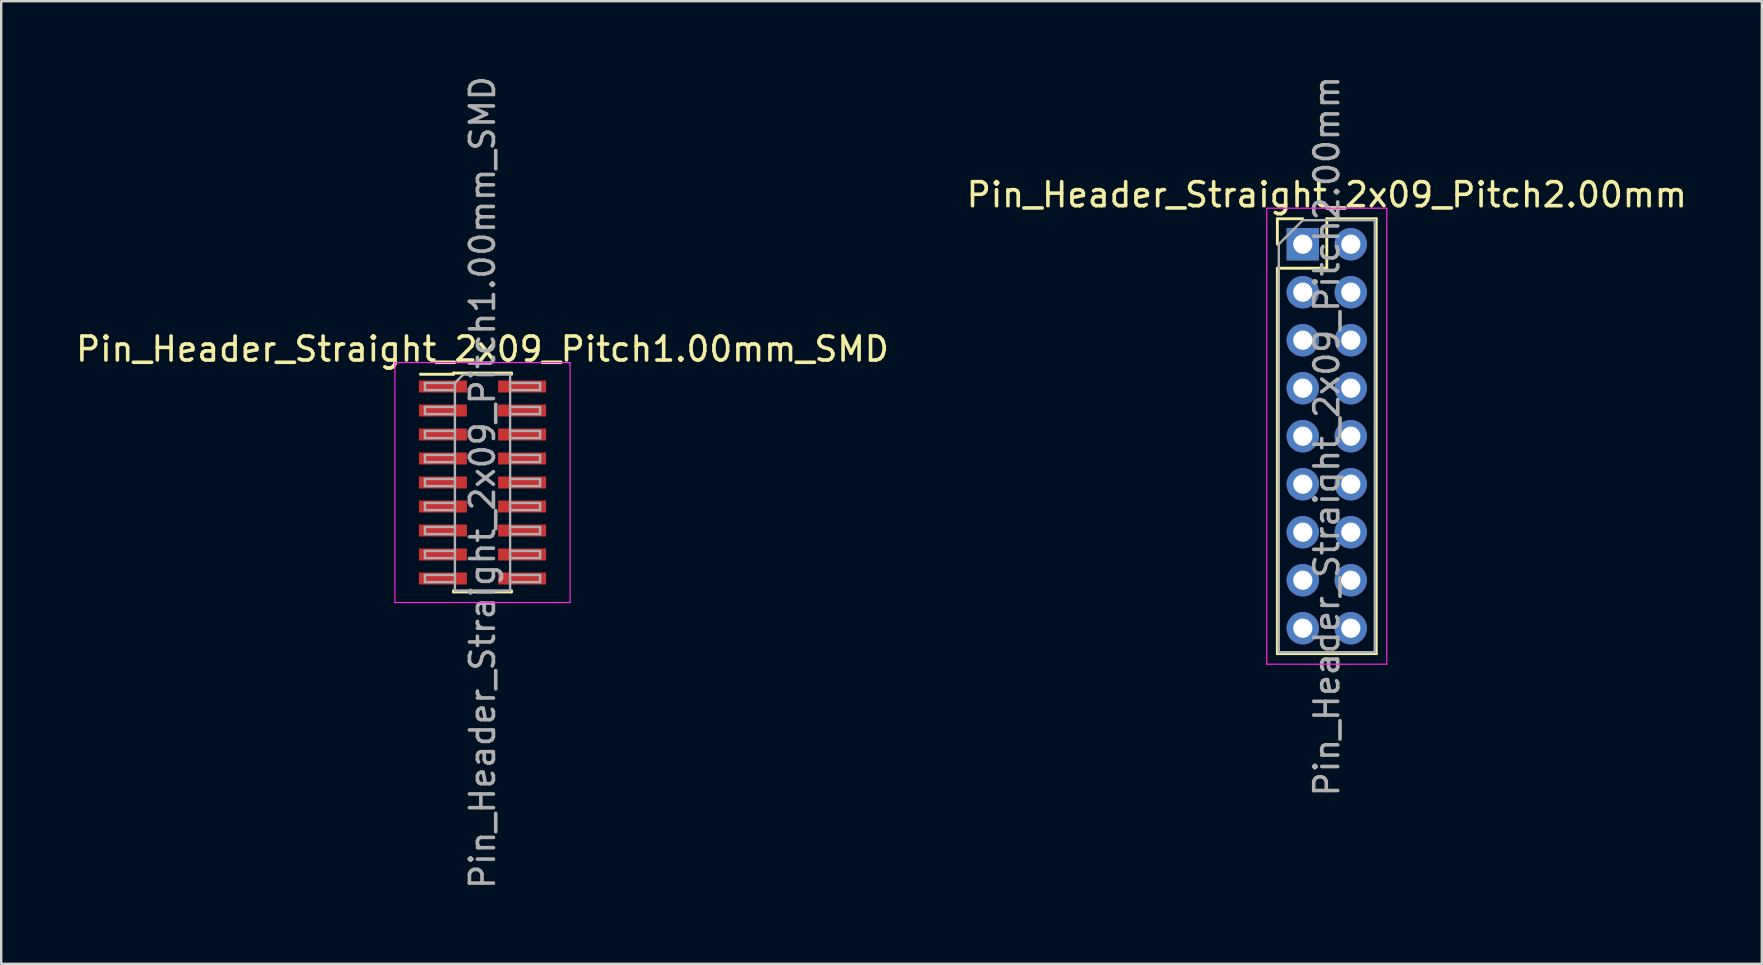
<source format=kicad_pcb>
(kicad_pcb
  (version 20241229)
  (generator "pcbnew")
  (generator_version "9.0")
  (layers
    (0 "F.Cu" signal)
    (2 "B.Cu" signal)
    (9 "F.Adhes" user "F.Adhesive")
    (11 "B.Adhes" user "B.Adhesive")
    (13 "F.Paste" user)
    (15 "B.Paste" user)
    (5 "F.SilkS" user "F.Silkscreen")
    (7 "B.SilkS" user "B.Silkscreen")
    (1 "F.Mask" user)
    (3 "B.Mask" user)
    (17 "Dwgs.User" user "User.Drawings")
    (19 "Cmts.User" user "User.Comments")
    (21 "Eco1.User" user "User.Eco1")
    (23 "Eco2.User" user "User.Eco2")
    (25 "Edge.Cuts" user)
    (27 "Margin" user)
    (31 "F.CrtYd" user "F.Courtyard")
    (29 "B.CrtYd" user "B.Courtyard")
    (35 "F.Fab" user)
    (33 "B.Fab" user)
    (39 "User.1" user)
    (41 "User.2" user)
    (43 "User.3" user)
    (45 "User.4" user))
  (footprint "Pin_Header_Straight_2x09_Pitch2.00mm"
    (layer "F.Cu")
    (at 51.232 7.125)
    (property "Reference" "Pin_Header_Straight_2x09_Pitch2.00mm" (at 1 -2.06 0) (layer "F.SilkS") (effects (font (size 1 1) (thickness 0.15))))
    (attr through_hole)
    (fp_line (start -1.06 -1.06) (end 0 -1.06) (stroke (width 0.12) (type solid)) (layer "F.SilkS"))
    (fp_line (start -1.06 0) (end -1.06 -1.06) (stroke (width 0.12) (type solid)) (layer "F.SilkS"))
    (fp_line (start -1.06 1) (end -1.06 17.06) (stroke (width 0.12) (type solid)) (layer "F.SilkS"))
    (fp_line (start -1.06 1) (end 1 1) (stroke (width 0.12) (type solid)) (layer "F.SilkS"))
    (fp_line (start -1.06 17.06) (end 3.06 17.06) (stroke (width 0.12) (type solid)) (layer "F.SilkS"))
    (fp_line (start 1 -1.06) (end 3.06 -1.06) (stroke (width 0.12) (type solid)) (layer "F.SilkS"))
    (fp_line (start 1 1) (end 1 -1.06) (stroke (width 0.12) (type solid)) (layer "F.SilkS"))
    (fp_line (start 3.06 -1.06) (end 3.06 17.06) (stroke (width 0.12) (type solid)) (layer "F.SilkS"))
    (fp_line (start -1.5 -1.5) (end -1.5 17.5) (stroke (width 0.05) (type solid)) (layer "F.CrtYd"))
    (fp_line (start -1.5 17.5) (end 3.5 17.5) (stroke (width 0.05) (type solid)) (layer "F.CrtYd"))
    (fp_line (start 3.5 -1.5) (end -1.5 -1.5) (stroke (width 0.05) (type solid)) (layer "F.CrtYd"))
    (fp_line (start 3.5 17.5) (end 3.5 -1.5) (stroke (width 0.05) (type solid)) (layer "F.CrtYd"))
    (fp_line (start -1 0) (end 0 -1) (stroke (width 0.1) (type solid)) (layer "F.Fab"))
    (fp_line (start -1 17) (end -1 0) (stroke (width 0.1) (type solid)) (layer "F.Fab"))
    (fp_line (start 0 -1) (end 3 -1) (stroke (width 0.1) (type solid)) (layer "F.Fab"))
    (fp_line (start 3 -1) (end 3 17) (stroke (width 0.1) (type solid)) (layer "F.Fab"))
    (fp_line (start 3 17) (end -1 17) (stroke (width 0.1) (type solid)) (layer "F.Fab"))
    (fp_text user "${REFERENCE}" (at 1 8 90) (layer "F.Fab") (effects (font (size 1 1) (thickness 0.15))))
    (pad "1" thru_hole rect (at 0 0) (size 1.35 1.35) (drill 0.8) (layers "*.Cu" "*.Mask"))
    (pad "2" thru_hole oval (at 2 0) (size 1.35 1.35) (drill 0.8) (layers "*.Cu" "*.Mask"))
    (pad "3" thru_hole oval (at 0 2) (size 1.35 1.35) (drill 0.8) (layers "*.Cu" "*.Mask"))
    (pad "4" thru_hole oval (at 2 2) (size 1.35 1.35) (drill 0.8) (layers "*.Cu" "*.Mask"))
    (pad "5" thru_hole oval (at 0 4) (size 1.35 1.35) (drill 0.8) (layers "*.Cu" "*.Mask"))
    (pad "6" thru_hole oval (at 2 4) (size 1.35 1.35) (drill 0.8) (layers "*.Cu" "*.Mask"))
    (pad "7" thru_hole oval (at 0 6) (size 1.35 1.35) (drill 0.8) (layers "*.Cu" "*.Mask"))
    (pad "8" thru_hole oval (at 2 6) (size 1.35 1.35) (drill 0.8) (layers "*.Cu" "*.Mask"))
    (pad "9" thru_hole oval (at 0 8) (size 1.35 1.35) (drill 0.8) (layers "*.Cu" "*.Mask"))
    (pad "10" thru_hole oval (at 2 8) (size 1.35 1.35) (drill 0.8) (layers "*.Cu" "*.Mask"))
    (pad "11" thru_hole oval (at 0 10) (size 1.35 1.35) (drill 0.8) (layers "*.Cu" "*.Mask"))
    (pad "12" thru_hole oval (at 2 10) (size 1.35 1.35) (drill 0.8) (layers "*.Cu" "*.Mask"))
    (pad "13" thru_hole oval (at 0 12) (size 1.35 1.35) (drill 0.8) (layers "*.Cu" "*.Mask"))
    (pad "14" thru_hole oval (at 2 12) (size 1.35 1.35) (drill 0.8) (layers "*.Cu" "*.Mask"))
    (pad "15" thru_hole oval (at 0 14) (size 1.35 1.35) (drill 0.8) (layers "*.Cu" "*.Mask"))
    (pad "16" thru_hole oval (at 2 14) (size 1.35 1.35) (drill 0.8) (layers "*.Cu" "*.Mask"))
    (pad "17" thru_hole oval (at 0 16) (size 1.35 1.35) (drill 0.8) (layers "*.Cu" "*.Mask"))
    (pad "18" thru_hole oval (at 2 16) (size 1.35 1.35) (drill 0.8) (layers "*.Cu" "*.Mask")))
  (footprint "Pin_Header_Straight_2x09_Pitch1.00mm_SMD"
    (layer "F.Cu")
    (at 17.054 17.054)
    (property "Reference" "Pin_Header_Straight_2x09_Pitch1.00mm_SMD" (at 0 -5.56 0) (layer "F.SilkS") (effects (font (size 1 1) (thickness 0.15))))
    (attr smd)
    (fp_line (start -2.59 -4.51) (end -1.21 -4.51) (stroke (width 0.12) (type solid)) (layer "F.SilkS"))
    (fp_line (start -1.21 -4.56) (end -1.21 -4.51) (stroke (width 0.12) (type solid)) (layer "F.SilkS"))
    (fp_line (start -1.21 -4.56) (end 1.21 -4.56) (stroke (width 0.12) (type solid)) (layer "F.SilkS"))
    (fp_line (start -1.21 4.51) (end -1.21 4.56) (stroke (width 0.12) (type solid)) (layer "F.SilkS"))
    (fp_line (start -1.21 4.56) (end 1.21 4.56) (stroke (width 0.12) (type solid)) (layer "F.SilkS"))
    (fp_line (start 1.21 -4.56) (end 1.21 -4.51) (stroke (width 0.12) (type solid)) (layer "F.SilkS"))
    (fp_line (start 1.21 4.51) (end 1.21 4.56) (stroke (width 0.12) (type solid)) (layer "F.SilkS"))
    (fp_line (start -3.65 -5) (end -3.65 5) (stroke (width 0.05) (type solid)) (layer "F.CrtYd"))
    (fp_line (start -3.65 5) (end 3.65 5) (stroke (width 0.05) (type solid)) (layer "F.CrtYd"))
    (fp_line (start 3.65 -5) (end -3.65 -5) (stroke (width 0.05) (type solid)) (layer "F.CrtYd"))
    (fp_line (start 3.65 5) (end 3.65 -5) (stroke (width 0.05) (type solid)) (layer "F.CrtYd"))
    (fp_line (start -2.4 -4.15) (end -2.4 -3.85) (stroke (width 0.1) (type solid)) (layer "F.Fab"))
    (fp_line (start -2.4 -3.85) (end -1.15 -3.85) (stroke (width 0.1) (type solid)) (layer "F.Fab"))
    (fp_line (start -2.4 -3.15) (end -2.4 -2.85) (stroke (width 0.1) (type solid)) (layer "F.Fab"))
    (fp_line (start -2.4 -2.85) (end -1.15 -2.85) (stroke (width 0.1) (type solid)) (layer "F.Fab"))
    (fp_line (start -2.4 -2.15) (end -2.4 -1.85) (stroke (width 0.1) (type solid)) (layer "F.Fab"))
    (fp_line (start -2.4 -1.85) (end -1.15 -1.85) (stroke (width 0.1) (type solid)) (layer "F.Fab"))
    (fp_line (start -2.4 -1.15) (end -2.4 -0.85) (stroke (width 0.1) (type solid)) (layer "F.Fab"))
    (fp_line (start -2.4 -0.85) (end -1.15 -0.85) (stroke (width 0.1) (type solid)) (layer "F.Fab"))
    (fp_line (start -2.4 -0.15) (end -2.4 0.15) (stroke (width 0.1) (type solid)) (layer "F.Fab"))
    (fp_line (start -2.4 0.15) (end -1.15 0.15) (stroke (width 0.1) (type solid)) (layer "F.Fab"))
    (fp_line (start -2.4 0.85) (end -2.4 1.15) (stroke (width 0.1) (type solid)) (layer "F.Fab"))
    (fp_line (start -2.4 1.15) (end -1.15 1.15) (stroke (width 0.1) (type solid)) (layer "F.Fab"))
    (fp_line (start -2.4 1.85) (end -2.4 2.15) (stroke (width 0.1) (type solid)) (layer "F.Fab"))
    (fp_line (start -2.4 2.15) (end -1.15 2.15) (stroke (width 0.1) (type solid)) (layer "F.Fab"))
    (fp_line (start -2.4 2.85) (end -2.4 3.15) (stroke (width 0.1) (type solid)) (layer "F.Fab"))
    (fp_line (start -2.4 3.15) (end -1.15 3.15) (stroke (width 0.1) (type solid)) (layer "F.Fab"))
    (fp_line (start -2.4 3.85) (end -2.4 4.15) (stroke (width 0.1) (type solid)) (layer "F.Fab"))
    (fp_line (start -2.4 4.15) (end -1.15 4.15) (stroke (width 0.1) (type solid)) (layer "F.Fab"))
    (fp_line (start -1.15 -4.15) (end -2.4 -4.15) (stroke (width 0.1) (type solid)) (layer "F.Fab"))
    (fp_line (start -1.15 -4.15) (end -0.8 -4.5) (stroke (width 0.1) (type solid)) (layer "F.Fab"))
    (fp_line (start -1.15 -3.15) (end -2.4 -3.15) (stroke (width 0.1) (type solid)) (layer "F.Fab"))
    (fp_line (start -1.15 -2.15) (end -2.4 -2.15) (stroke (width 0.1) (type solid)) (layer "F.Fab"))
    (fp_line (start -1.15 -1.15) (end -2.4 -1.15) (stroke (width 0.1) (type solid)) (layer "F.Fab"))
    (fp_line (start -1.15 -0.15) (end -2.4 -0.15) (stroke (width 0.1) (type solid)) (layer "F.Fab"))
    (fp_line (start -1.15 0.85) (end -2.4 0.85) (stroke (width 0.1) (type solid)) (layer "F.Fab"))
    (fp_line (start -1.15 1.85) (end -2.4 1.85) (stroke (width 0.1) (type solid)) (layer "F.Fab"))
    (fp_line (start -1.15 2.85) (end -2.4 2.85) (stroke (width 0.1) (type solid)) (layer "F.Fab"))
    (fp_line (start -1.15 3.85) (end -2.4 3.85) (stroke (width 0.1) (type solid)) (layer "F.Fab"))
    (fp_line (start -1.15 4.5) (end -1.15 -4.15) (stroke (width 0.1) (type solid)) (layer "F.Fab"))
    (fp_line (start -0.8 -4.5) (end 1.15 -4.5) (stroke (width 0.1) (type solid)) (layer "F.Fab"))
    (fp_line (start 1.15 -4.5) (end 1.15 4.5) (stroke (width 0.1) (type solid)) (layer "F.Fab"))
    (fp_line (start 1.15 -4.15) (end 2.4 -4.15) (stroke (width 0.1) (type solid)) (layer "F.Fab"))
    (fp_line (start 1.15 -3.15) (end 2.4 -3.15) (stroke (width 0.1) (type solid)) (layer "F.Fab"))
    (fp_line (start 1.15 -2.15) (end 2.4 -2.15) (stroke (width 0.1) (type solid)) (layer "F.Fab"))
    (fp_line (start 1.15 -1.15) (end 2.4 -1.15) (stroke (width 0.1) (type solid)) (layer "F.Fab"))
    (fp_line (start 1.15 -0.15) (end 2.4 -0.15) (stroke (width 0.1) (type solid)) (layer "F.Fab"))
    (fp_line (start 1.15 0.85) (end 2.4 0.85) (stroke (width 0.1) (type solid)) (layer "F.Fab"))
    (fp_line (start 1.15 1.85) (end 2.4 1.85) (stroke (width 0.1) (type solid)) (layer "F.Fab"))
    (fp_line (start 1.15 2.85) (end 2.4 2.85) (stroke (width 0.1) (type solid)) (layer "F.Fab"))
    (fp_line (start 1.15 3.85) (end 2.4 3.85) (stroke (width 0.1) (type solid)) (layer "F.Fab"))
    (fp_line (start 1.15 4.5) (end -1.15 4.5) (stroke (width 0.1) (type solid)) (layer "F.Fab"))
    (fp_line (start 2.4 -4.15) (end 2.4 -3.85) (stroke (width 0.1) (type solid)) (layer "F.Fab"))
    (fp_line (start 2.4 -3.85) (end 1.15 -3.85) (stroke (width 0.1) (type solid)) (layer "F.Fab"))
    (fp_line (start 2.4 -3.15) (end 2.4 -2.85) (stroke (width 0.1) (type solid)) (layer "F.Fab"))
    (fp_line (start 2.4 -2.85) (end 1.15 -2.85) (stroke (width 0.1) (type solid)) (layer "F.Fab"))
    (fp_line (start 2.4 -2.15) (end 2.4 -1.85) (stroke (width 0.1) (type solid)) (layer "F.Fab"))
    (fp_line (start 2.4 -1.85) (end 1.15 -1.85) (stroke (width 0.1) (type solid)) (layer "F.Fab"))
    (fp_line (start 2.4 -1.15) (end 2.4 -0.85) (stroke (width 0.1) (type solid)) (layer "F.Fab"))
    (fp_line (start 2.4 -0.85) (end 1.15 -0.85) (stroke (width 0.1) (type solid)) (layer "F.Fab"))
    (fp_line (start 2.4 -0.15) (end 2.4 0.15) (stroke (width 0.1) (type solid)) (layer "F.Fab"))
    (fp_line (start 2.4 0.15) (end 1.15 0.15) (stroke (width 0.1) (type solid)) (layer "F.Fab"))
    (fp_line (start 2.4 0.85) (end 2.4 1.15) (stroke (width 0.1) (type solid)) (layer "F.Fab"))
    (fp_line (start 2.4 1.15) (end 1.15 1.15) (stroke (width 0.1) (type solid)) (layer "F.Fab"))
    (fp_line (start 2.4 1.85) (end 2.4 2.15) (stroke (width 0.1) (type solid)) (layer "F.Fab"))
    (fp_line (start 2.4 2.15) (end 1.15 2.15) (stroke (width 0.1) (type solid)) (layer "F.Fab"))
    (fp_line (start 2.4 2.85) (end 2.4 3.15) (stroke (width 0.1) (type solid)) (layer "F.Fab"))
    (fp_line (start 2.4 3.15) (end 1.15 3.15) (stroke (width 0.1) (type solid)) (layer "F.Fab"))
    (fp_line (start 2.4 3.85) (end 2.4 4.15) (stroke (width 0.1) (type solid)) (layer "F.Fab"))
    (fp_line (start 2.4 4.15) (end 1.15 4.15) (stroke (width 0.1) (type solid)) (layer "F.Fab"))
    (fp_text user "${REFERENCE}" (at 0 0 90) (layer "F.Fab") (effects (font (size 1 1) (thickness 0.15))))
    (pad "1" smd rect (at -1.65 -4) (size 2 0.5) (layers "F.Cu" "F.Mask" "F.Paste"))
    (pad "2" smd rect (at 1.65 -4) (size 2 0.5) (layers "F.Cu" "F.Mask" "F.Paste"))
    (pad "3" smd rect (at -1.65 -3) (size 2 0.5) (layers "F.Cu" "F.Mask" "F.Paste"))
    (pad "4" smd rect (at 1.65 -3) (size 2 0.5) (layers "F.Cu" "F.Mask" "F.Paste"))
    (pad "5" smd rect (at -1.65 -2) (size 2 0.5) (layers "F.Cu" "F.Mask" "F.Paste"))
    (pad "6" smd rect (at 1.65 -2) (size 2 0.5) (layers "F.Cu" "F.Mask" "F.Paste"))
    (pad "7" smd rect (at -1.65 -1) (size 2 0.5) (layers "F.Cu" "F.Mask" "F.Paste"))
    (pad "8" smd rect (at 1.65 -1) (size 2 0.5) (layers "F.Cu" "F.Mask" "F.Paste"))
    (pad "9" smd rect (at -1.65 0) (size 2 0.5) (layers "F.Cu" "F.Mask" "F.Paste"))
    (pad "10" smd rect (at 1.65 0) (size 2 0.5) (layers "F.Cu" "F.Mask" "F.Paste"))
    (pad "11" smd rect (at -1.65 1) (size 2 0.5) (layers "F.Cu" "F.Mask" "F.Paste"))
    (pad "12" smd rect (at 1.65 1) (size 2 0.5) (layers "F.Cu" "F.Mask" "F.Paste"))
    (pad "13" smd rect (at -1.65 2) (size 2 0.5) (layers "F.Cu" "F.Mask" "F.Paste"))
    (pad "14" smd rect (at 1.65 2) (size 2 0.5) (layers "F.Cu" "F.Mask" "F.Paste"))
    (pad "15" smd rect (at -1.65 3) (size 2 0.5) (layers "F.Cu" "F.Mask" "F.Paste"))
    (pad "16" smd rect (at 1.65 3) (size 2 0.5) (layers "F.Cu" "F.Mask" "F.Paste"))
    (pad "17" smd rect (at -1.65 4) (size 2 0.5) (layers "F.Cu" "F.Mask" "F.Paste"))
    (pad "18" smd rect (at 1.65 4) (size 2 0.5) (layers "F.Cu" "F.Mask" "F.Paste")))
  (gr_rect
    (start -3 -3)
    (end 70.357 37.107)
    (stroke (width 0.1) (type default))
    (fill no)
    (layer "Edge.Cuts")))
</source>
